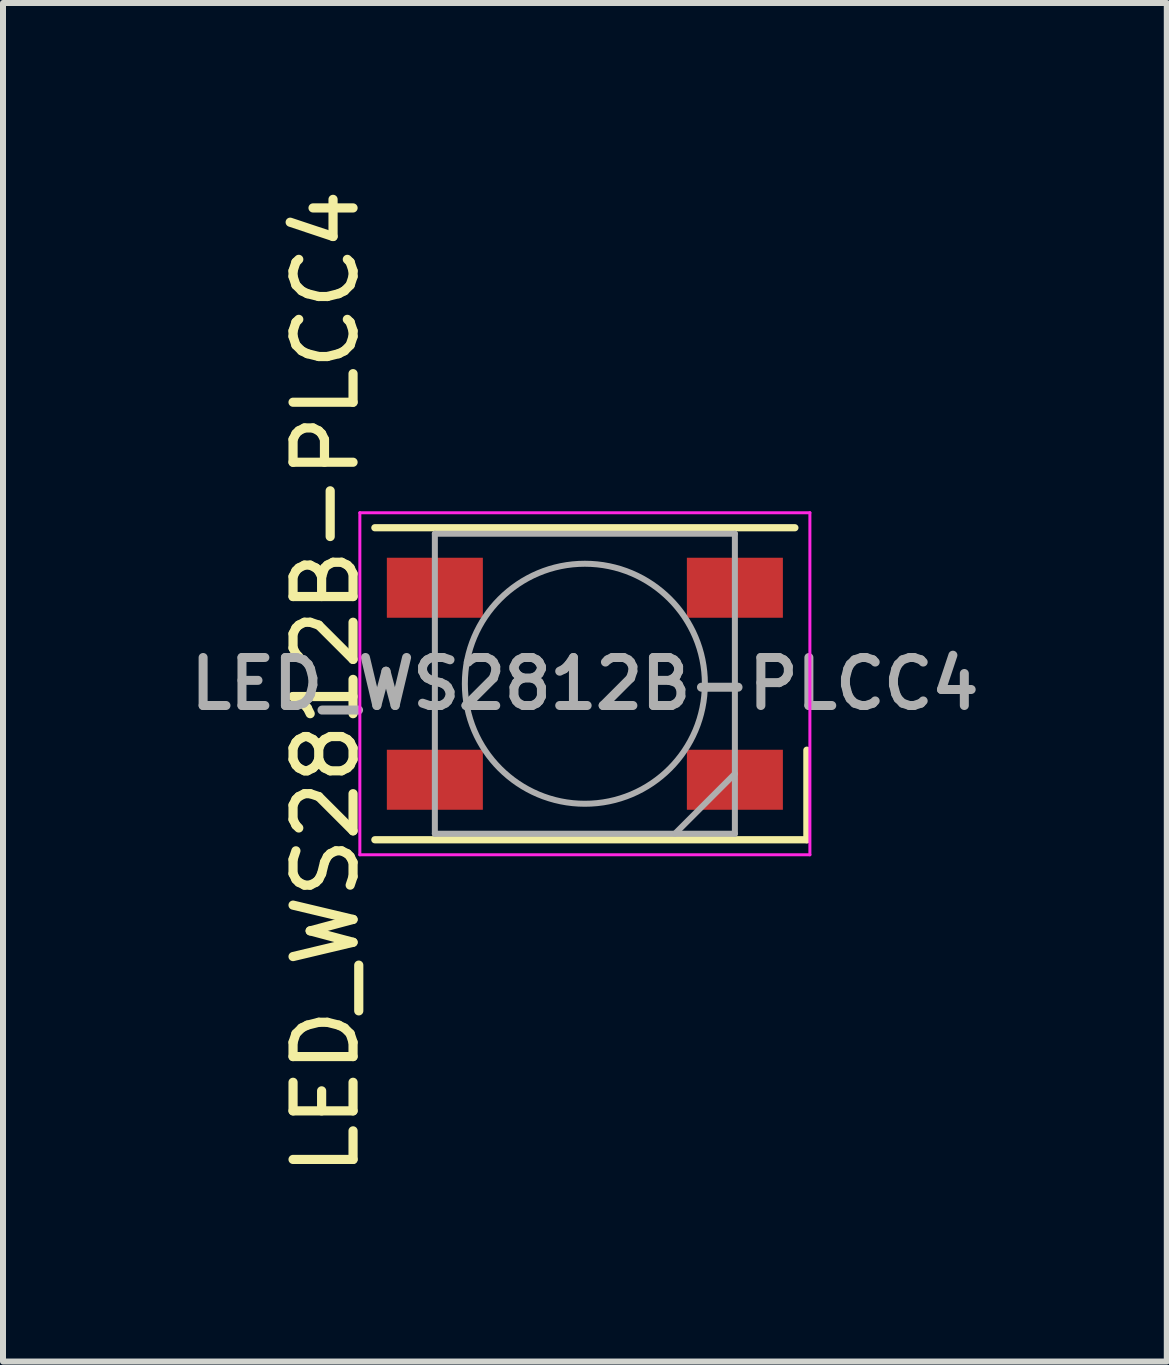
<source format=kicad_pcb>
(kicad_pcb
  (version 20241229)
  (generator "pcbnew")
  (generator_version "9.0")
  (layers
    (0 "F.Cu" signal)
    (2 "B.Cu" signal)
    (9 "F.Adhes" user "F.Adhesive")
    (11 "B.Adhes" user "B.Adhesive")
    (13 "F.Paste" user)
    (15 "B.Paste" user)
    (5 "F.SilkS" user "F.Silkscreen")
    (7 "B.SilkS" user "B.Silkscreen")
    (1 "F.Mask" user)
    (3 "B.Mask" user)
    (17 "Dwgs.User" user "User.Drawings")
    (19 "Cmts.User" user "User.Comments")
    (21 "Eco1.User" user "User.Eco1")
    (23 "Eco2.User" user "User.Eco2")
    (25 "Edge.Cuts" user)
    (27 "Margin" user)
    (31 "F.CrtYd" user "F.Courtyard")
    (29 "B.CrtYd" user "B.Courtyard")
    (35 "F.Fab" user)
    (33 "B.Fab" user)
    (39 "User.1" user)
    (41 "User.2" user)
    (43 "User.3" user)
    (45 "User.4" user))
  (footprint "LED_WS2812B-PLCC4"
    (layer "F.Cu")
    (at 6.697 8.345)
    (property "Reference" "LED_WS2812B-PLCC4" (at -4.318 -0.025 90) (layer "F.SilkS") (effects (font (size 1 1) (thickness 0.153))))
    (attr smd)
    (fp_line (start -3.5 -2.6) (end 3.5 -2.6) (stroke (width 0.12) (type solid)) (layer "F.SilkS"))
    (fp_line (start -3.5 2.6) (end 3.7 2.6) (stroke (width 0.12) (type solid)) (layer "F.SilkS"))
    (fp_line (start 3.7 2.6) (end 3.7 1.107) (stroke (width 0.12) (type solid)) (layer "F.SilkS"))
    (fp_line (start -3.75 -2.85) (end -3.75 2.85) (stroke (width 0.05) (type solid)) (layer "F.CrtYd"))
    (fp_line (start -3.75 2.85) (end 3.75 2.85) (stroke (width 0.05) (type solid)) (layer "F.CrtYd"))
    (fp_line (start 3.75 -2.85) (end -3.75 -2.85) (stroke (width 0.05) (type solid)) (layer "F.CrtYd"))
    (fp_line (start 3.75 2.85) (end 3.75 -2.85) (stroke (width 0.05) (type solid)) (layer "F.CrtYd"))
    (fp_line (start -2.5 -2.5) (end -2.5 2.5) (stroke (width 0.1) (type solid)) (layer "F.Fab"))
    (fp_line (start -2.5 2.5) (end 2.5 2.5) (stroke (width 0.1) (type solid)) (layer "F.Fab"))
    (fp_line (start 2.5 -2.5) (end -2.5 -2.5) (stroke (width 0.1) (type solid)) (layer "F.Fab"))
    (fp_line (start 2.5 1.5) (end 1.5 2.5) (stroke (width 0.1) (type solid)) (layer "F.Fab"))
    (fp_line (start 2.5 2.5) (end 2.5 -2.5) (stroke (width 0.1) (type solid)) (layer "F.Fab"))
    (fp_circle (center 0 0) (end 0 -2) (stroke (width 0.1) (type solid)) (fill no) (layer "F.Fab"))
    (fp_text user "${REFERENCE}" (at 0 0 0) (layer "F.Fab") (effects (font (size 0.8 0.8) (thickness 0.15))))
    (pad "1" smd rect (at -2.5 -1.6) (size 1.6 1) (layers "F.Cu" "F.Mask" "F.Paste"))
    (pad "2" smd rect (at -2.5 1.6) (size 1.6 1) (layers "F.Cu" "F.Mask" "F.Paste"))
    (pad "3" smd rect (at 2.5 1.6) (size 1.6 1) (layers "F.Cu" "F.Mask" "F.Paste"))
    (pad "4" smd rect (at 2.5 -1.6) (size 1.6 1) (layers "F.Cu" "F.Mask" "F.Paste")))
  (gr_rect
    (start -3 -3)
    (end 16.395 19.64)
    (stroke (width 0.1) (type default))
    (fill no)
    (layer "Edge.Cuts")))
</source>
